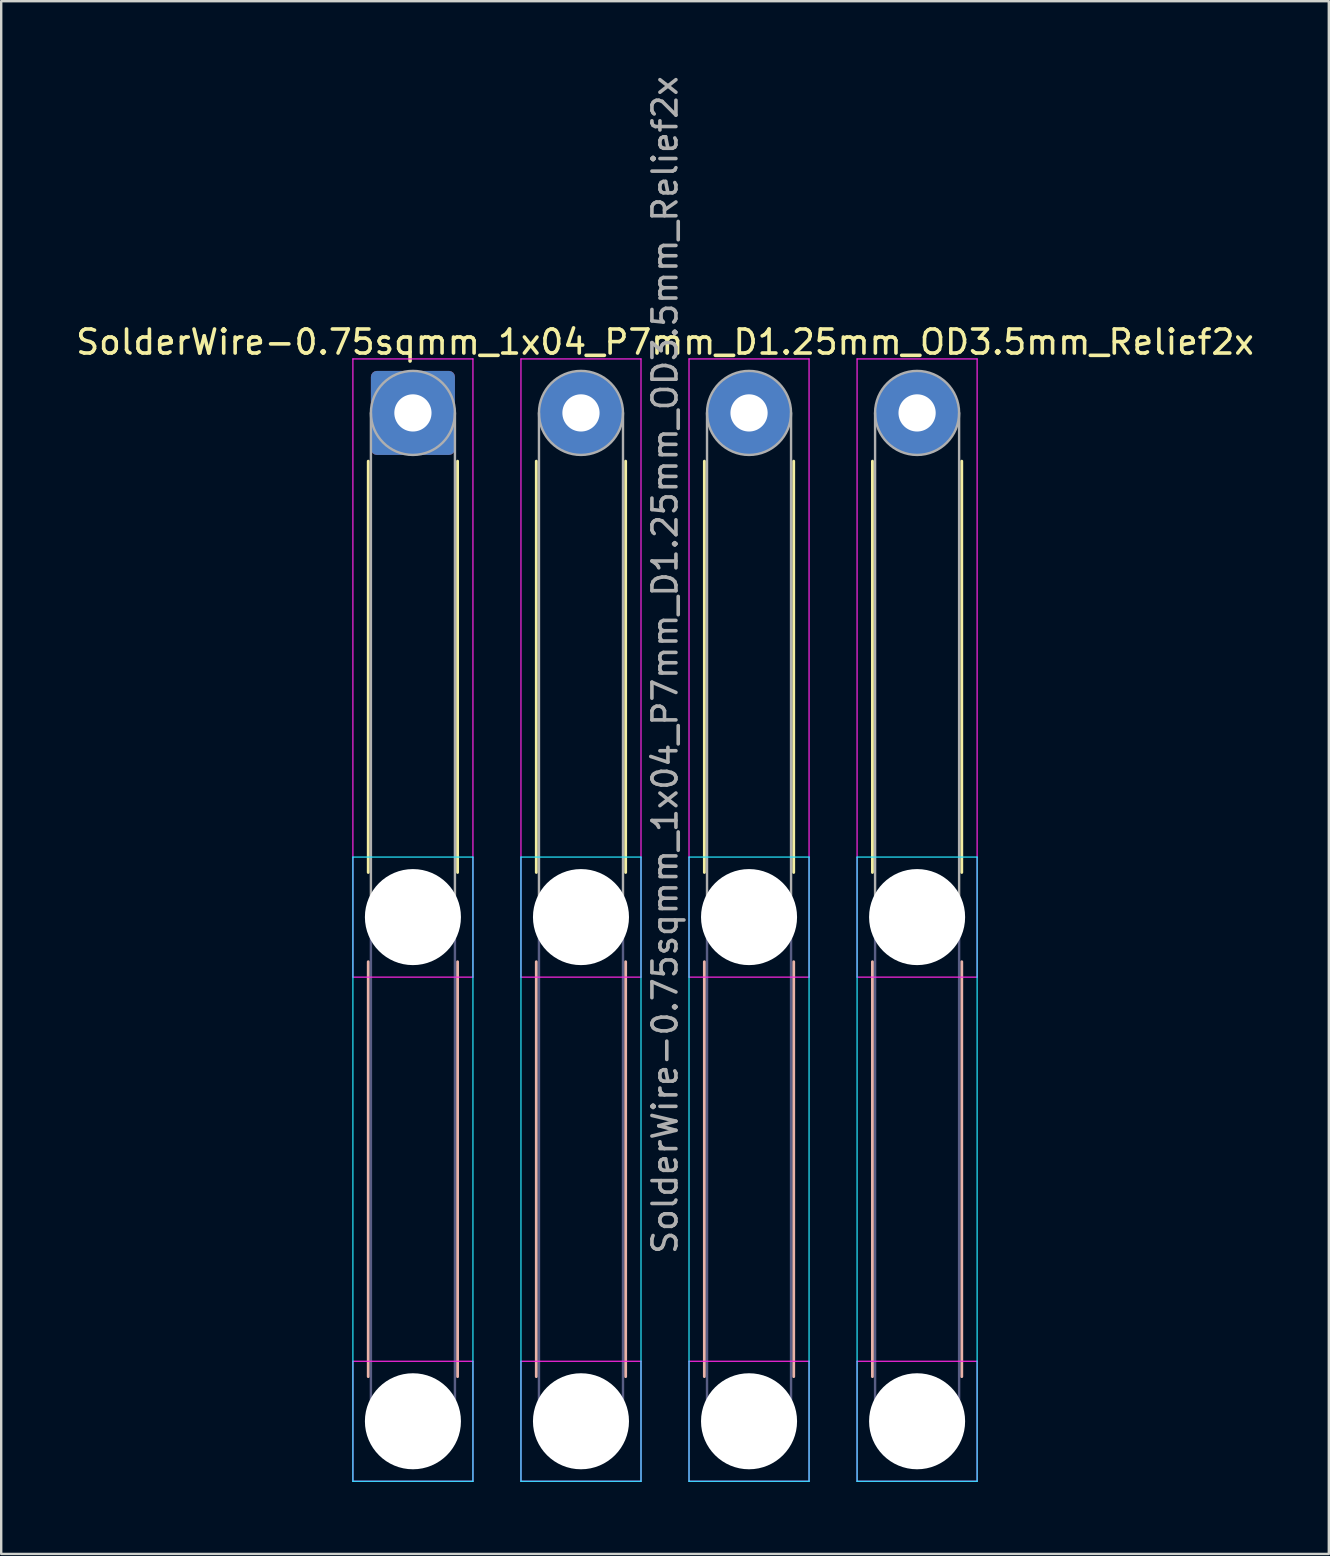
<source format=kicad_pcb>
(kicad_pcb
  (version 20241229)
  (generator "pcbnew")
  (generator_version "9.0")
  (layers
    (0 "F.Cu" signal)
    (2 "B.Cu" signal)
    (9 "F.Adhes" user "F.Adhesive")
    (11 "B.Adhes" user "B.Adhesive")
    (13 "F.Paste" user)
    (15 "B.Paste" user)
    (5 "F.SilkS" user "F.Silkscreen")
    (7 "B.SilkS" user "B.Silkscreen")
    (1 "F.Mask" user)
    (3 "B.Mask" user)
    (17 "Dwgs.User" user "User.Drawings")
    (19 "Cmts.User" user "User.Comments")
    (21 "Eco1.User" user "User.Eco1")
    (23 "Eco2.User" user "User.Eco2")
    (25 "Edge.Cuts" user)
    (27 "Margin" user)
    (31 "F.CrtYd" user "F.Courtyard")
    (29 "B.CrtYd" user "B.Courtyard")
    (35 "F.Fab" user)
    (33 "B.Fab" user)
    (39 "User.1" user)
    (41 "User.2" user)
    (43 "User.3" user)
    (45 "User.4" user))
  (footprint "SolderWire-0.75sqmm_1x04_P7mm_D1.25mm_OD3.5mm_Relief2x"
    (layer "F.Cu")
    (at 14.149 14.149)
    (property "Reference" "SolderWire-0.75sqmm_1x04_P7mm_D1.25mm_OD3.5mm_Relief2x" (at 10.5 -2.95 0) (layer "F.SilkS") (effects (font (size 1 1) (thickness 0.15))))
    (attr exclude_from_pos_files exclude_from_bom)
    (fp_line (start -1.86 2.01) (end -1.86 19.14) (stroke (width 0.12) (type solid)) (layer "F.SilkS"))
    (fp_line (start 1.86 2.01) (end 1.86 19.14) (stroke (width 0.12) (type solid)) (layer "F.SilkS"))
    (fp_line (start 5.14 2.01) (end 5.14 19.14) (stroke (width 0.12) (type solid)) (layer "F.SilkS"))
    (fp_line (start 8.86 2.01) (end 8.86 19.14) (stroke (width 0.12) (type solid)) (layer "F.SilkS"))
    (fp_line (start 12.14 2.01) (end 12.14 19.14) (stroke (width 0.12) (type solid)) (layer "F.SilkS"))
    (fp_line (start 15.86 2.01) (end 15.86 19.14) (stroke (width 0.12) (type solid)) (layer "F.SilkS"))
    (fp_line (start 19.14 2.01) (end 19.14 19.14) (stroke (width 0.12) (type solid)) (layer "F.SilkS"))
    (fp_line (start 22.86 2.01) (end 22.86 19.14) (stroke (width 0.12) (type solid)) (layer "F.SilkS"))
    (fp_line (start -1.86 22.86) (end -1.86 40.14) (stroke (width 0.12) (type solid)) (layer "B.SilkS"))
    (fp_line (start 1.86 22.86) (end 1.86 40.14) (stroke (width 0.12) (type solid)) (layer "B.SilkS"))
    (fp_line (start 5.14 22.86) (end 5.14 40.14) (stroke (width 0.12) (type solid)) (layer "B.SilkS"))
    (fp_line (start 8.86 22.86) (end 8.86 40.14) (stroke (width 0.12) (type solid)) (layer "B.SilkS"))
    (fp_line (start 12.14 22.86) (end 12.14 40.14) (stroke (width 0.12) (type solid)) (layer "B.SilkS"))
    (fp_line (start 15.86 22.86) (end 15.86 40.14) (stroke (width 0.12) (type solid)) (layer "B.SilkS"))
    (fp_line (start 19.14 22.86) (end 19.14 40.14) (stroke (width 0.12) (type solid)) (layer "B.SilkS"))
    (fp_line (start 22.86 22.86) (end 22.86 40.14) (stroke (width 0.12) (type solid)) (layer "B.SilkS"))
    (fp_line (start -2.5 18.5) (end -2.5 44.5) (stroke (width 0.05) (type solid)) (layer "B.CrtYd"))
    (fp_line (start -2.5 44.5) (end 2.5 44.5) (stroke (width 0.05) (type solid)) (layer "B.CrtYd"))
    (fp_line (start 2.5 18.5) (end -2.5 18.5) (stroke (width 0.05) (type solid)) (layer "B.CrtYd"))
    (fp_line (start 2.5 44.5) (end 2.5 18.5) (stroke (width 0.05) (type solid)) (layer "B.CrtYd"))
    (fp_line (start 4.5 18.5) (end 4.5 44.5) (stroke (width 0.05) (type solid)) (layer "B.CrtYd"))
    (fp_line (start 4.5 44.5) (end 9.5 44.5) (stroke (width 0.05) (type solid)) (layer "B.CrtYd"))
    (fp_line (start 9.5 18.5) (end 4.5 18.5) (stroke (width 0.05) (type solid)) (layer "B.CrtYd"))
    (fp_line (start 9.5 44.5) (end 9.5 18.5) (stroke (width 0.05) (type solid)) (layer "B.CrtYd"))
    (fp_line (start 11.5 18.5) (end 11.5 44.5) (stroke (width 0.05) (type solid)) (layer "B.CrtYd"))
    (fp_line (start 11.5 44.5) (end 16.5 44.5) (stroke (width 0.05) (type solid)) (layer "B.CrtYd"))
    (fp_line (start 16.5 18.5) (end 11.5 18.5) (stroke (width 0.05) (type solid)) (layer "B.CrtYd"))
    (fp_line (start 16.5 44.5) (end 16.5 18.5) (stroke (width 0.05) (type solid)) (layer "B.CrtYd"))
    (fp_line (start 18.5 18.5) (end 18.5 44.5) (stroke (width 0.05) (type solid)) (layer "B.CrtYd"))
    (fp_line (start 18.5 44.5) (end 23.5 44.5) (stroke (width 0.05) (type solid)) (layer "B.CrtYd"))
    (fp_line (start 23.5 18.5) (end 18.5 18.5) (stroke (width 0.05) (type solid)) (layer "B.CrtYd"))
    (fp_line (start 23.5 44.5) (end 23.5 18.5) (stroke (width 0.05) (type solid)) (layer "B.CrtYd"))
    (fp_line (start -2.5 -2.25) (end -2.5 23.5) (stroke (width 0.05) (type solid)) (layer "F.CrtYd"))
    (fp_line (start -2.5 23.5) (end 2.5 23.5) (stroke (width 0.05) (type solid)) (layer "F.CrtYd"))
    (fp_line (start -2.5 39.5) (end -2.5 44.5) (stroke (width 0.05) (type solid)) (layer "F.CrtYd"))
    (fp_line (start -2.5 44.5) (end 2.5 44.5) (stroke (width 0.05) (type solid)) (layer "F.CrtYd"))
    (fp_line (start 2.5 -2.25) (end -2.5 -2.25) (stroke (width 0.05) (type solid)) (layer "F.CrtYd"))
    (fp_line (start 2.5 23.5) (end 2.5 -2.25) (stroke (width 0.05) (type solid)) (layer "F.CrtYd"))
    (fp_line (start 2.5 39.5) (end -2.5 39.5) (stroke (width 0.05) (type solid)) (layer "F.CrtYd"))
    (fp_line (start 2.5 44.5) (end 2.5 39.5) (stroke (width 0.05) (type solid)) (layer "F.CrtYd"))
    (fp_line (start 4.5 -2.25) (end 4.5 23.5) (stroke (width 0.05) (type solid)) (layer "F.CrtYd"))
    (fp_line (start 4.5 23.5) (end 9.5 23.5) (stroke (width 0.05) (type solid)) (layer "F.CrtYd"))
    (fp_line (start 4.5 39.5) (end 4.5 44.5) (stroke (width 0.05) (type solid)) (layer "F.CrtYd"))
    (fp_line (start 4.5 44.5) (end 9.5 44.5) (stroke (width 0.05) (type solid)) (layer "F.CrtYd"))
    (fp_line (start 9.5 -2.25) (end 4.5 -2.25) (stroke (width 0.05) (type solid)) (layer "F.CrtYd"))
    (fp_line (start 9.5 23.5) (end 9.5 -2.25) (stroke (width 0.05) (type solid)) (layer "F.CrtYd"))
    (fp_line (start 9.5 39.5) (end 4.5 39.5) (stroke (width 0.05) (type solid)) (layer "F.CrtYd"))
    (fp_line (start 9.5 44.5) (end 9.5 39.5) (stroke (width 0.05) (type solid)) (layer "F.CrtYd"))
    (fp_line (start 11.5 -2.25) (end 11.5 23.5) (stroke (width 0.05) (type solid)) (layer "F.CrtYd"))
    (fp_line (start 11.5 23.5) (end 16.5 23.5) (stroke (width 0.05) (type solid)) (layer "F.CrtYd"))
    (fp_line (start 11.5 39.5) (end 11.5 44.5) (stroke (width 0.05) (type solid)) (layer "F.CrtYd"))
    (fp_line (start 11.5 44.5) (end 16.5 44.5) (stroke (width 0.05) (type solid)) (layer "F.CrtYd"))
    (fp_line (start 16.5 -2.25) (end 11.5 -2.25) (stroke (width 0.05) (type solid)) (layer "F.CrtYd"))
    (fp_line (start 16.5 23.5) (end 16.5 -2.25) (stroke (width 0.05) (type solid)) (layer "F.CrtYd"))
    (fp_line (start 16.5 39.5) (end 11.5 39.5) (stroke (width 0.05) (type solid)) (layer "F.CrtYd"))
    (fp_line (start 16.5 44.5) (end 16.5 39.5) (stroke (width 0.05) (type solid)) (layer "F.CrtYd"))
    (fp_line (start 18.5 -2.25) (end 18.5 23.5) (stroke (width 0.05) (type solid)) (layer "F.CrtYd"))
    (fp_line (start 18.5 23.5) (end 23.5 23.5) (stroke (width 0.05) (type solid)) (layer "F.CrtYd"))
    (fp_line (start 18.5 39.5) (end 18.5 44.5) (stroke (width 0.05) (type solid)) (layer "F.CrtYd"))
    (fp_line (start 18.5 44.5) (end 23.5 44.5) (stroke (width 0.05) (type solid)) (layer "F.CrtYd"))
    (fp_line (start 23.5 -2.25) (end 18.5 -2.25) (stroke (width 0.05) (type solid)) (layer "F.CrtYd"))
    (fp_line (start 23.5 23.5) (end 23.5 -2.25) (stroke (width 0.05) (type solid)) (layer "F.CrtYd"))
    (fp_line (start 23.5 39.5) (end 18.5 39.5) (stroke (width 0.05) (type solid)) (layer "F.CrtYd"))
    (fp_line (start 23.5 44.5) (end 23.5 39.5) (stroke (width 0.05) (type solid)) (layer "F.CrtYd"))
    (fp_line (start -1.75 21) (end -1.75 42) (stroke (width 0.1) (type solid)) (layer "B.Fab"))
    (fp_line (start 1.75 21) (end 1.75 42) (stroke (width 0.1) (type solid)) (layer "B.Fab"))
    (fp_line (start 5.25 21) (end 5.25 42) (stroke (width 0.1) (type solid)) (layer "B.Fab"))
    (fp_line (start 8.75 21) (end 8.75 42) (stroke (width 0.1) (type solid)) (layer "B.Fab"))
    (fp_line (start 12.25 21) (end 12.25 42) (stroke (width 0.1) (type solid)) (layer "B.Fab"))
    (fp_line (start 15.75 21) (end 15.75 42) (stroke (width 0.1) (type solid)) (layer "B.Fab"))
    (fp_line (start 19.25 21) (end 19.25 42) (stroke (width 0.1) (type solid)) (layer "B.Fab"))
    (fp_line (start 22.75 21) (end 22.75 42) (stroke (width 0.1) (type solid)) (layer "B.Fab"))
    (fp_circle (center 0 21) (end 1.75 21) (stroke (width 0.1) (type solid)) (fill no) (layer "B.Fab"))
    (fp_circle (center 0 42) (end 1.75 42) (stroke (width 0.1) (type solid)) (fill no) (layer "B.Fab"))
    (fp_circle (center 7 21) (end 8.75 21) (stroke (width 0.1) (type solid)) (fill no) (layer "B.Fab"))
    (fp_circle (center 7 42) (end 8.75 42) (stroke (width 0.1) (type solid)) (fill no) (layer "B.Fab"))
    (fp_circle (center 14 21) (end 15.75 21) (stroke (width 0.1) (type solid)) (fill no) (layer "B.Fab"))
    (fp_circle (center 14 42) (end 15.75 42) (stroke (width 0.1) (type solid)) (fill no) (layer "B.Fab"))
    (fp_circle (center 21 21) (end 22.75 21) (stroke (width 0.1) (type solid)) (fill no) (layer "B.Fab"))
    (fp_circle (center 21 42) (end 22.75 42) (stroke (width 0.1) (type solid)) (fill no) (layer "B.Fab"))
    (fp_line (start -1.75 0) (end -1.75 21) (stroke (width 0.1) (type solid)) (layer "F.Fab"))
    (fp_line (start 1.75 0) (end 1.75 21) (stroke (width 0.1) (type solid)) (layer "F.Fab"))
    (fp_line (start 5.25 0) (end 5.25 21) (stroke (width 0.1) (type solid)) (layer "F.Fab"))
    (fp_line (start 8.75 0) (end 8.75 21) (stroke (width 0.1) (type solid)) (layer "F.Fab"))
    (fp_line (start 12.25 0) (end 12.25 21) (stroke (width 0.1) (type solid)) (layer "F.Fab"))
    (fp_line (start 15.75 0) (end 15.75 21) (stroke (width 0.1) (type solid)) (layer "F.Fab"))
    (fp_line (start 19.25 0) (end 19.25 21) (stroke (width 0.1) (type solid)) (layer "F.Fab"))
    (fp_line (start 22.75 0) (end 22.75 21) (stroke (width 0.1) (type solid)) (layer "F.Fab"))
    (fp_circle (center 0 0) (end 1.75 0) (stroke (width 0.1) (type solid)) (fill no) (layer "F.Fab"))
    (fp_circle (center 0 21) (end 1.75 21) (stroke (width 0.1) (type solid)) (fill no) (layer "F.Fab"))
    (fp_circle (center 0 42) (end 1.75 42) (stroke (width 0.1) (type solid)) (fill no) (layer "F.Fab"))
    (fp_circle (center 7 0) (end 8.75 0) (stroke (width 0.1) (type solid)) (fill no) (layer "F.Fab"))
    (fp_circle (center 7 21) (end 8.75 21) (stroke (width 0.1) (type solid)) (fill no) (layer "F.Fab"))
    (fp_circle (center 7 42) (end 8.75 42) (stroke (width 0.1) (type solid)) (fill no) (layer "F.Fab"))
    (fp_circle (center 14 0) (end 15.75 0) (stroke (width 0.1) (type solid)) (fill no) (layer "F.Fab"))
    (fp_circle (center 14 21) (end 15.75 21) (stroke (width 0.1) (type solid)) (fill no) (layer "F.Fab"))
    (fp_circle (center 14 42) (end 15.75 42) (stroke (width 0.1) (type solid)) (fill no) (layer "F.Fab"))
    (fp_circle (center 21 0) (end 22.75 0) (stroke (width 0.1) (type solid)) (fill no) (layer "F.Fab"))
    (fp_circle (center 21 21) (end 22.75 21) (stroke (width 0.1) (type solid)) (fill no) (layer "F.Fab"))
    (fp_circle (center 21 42) (end 22.75 42) (stroke (width 0.1) (type solid)) (fill no) (layer "F.Fab"))
    (fp_text user "${REFERENCE}" (at 10.5 10.5 90) (layer "F.Fab") (effects (font (size 1 1) (thickness 0.15))))
    (pad "" np_thru_hole circle (at 0 21) (size 4 4) (drill 4) (layers "*.Cu" "*.Mask"))
    (pad "" np_thru_hole circle (at 0 42) (size 4 4) (drill 4) (layers "*.Cu" "*.Mask"))
    (pad "" np_thru_hole circle (at 7 21) (size 4 4) (drill 4) (layers "*.Cu" "*.Mask"))
    (pad "" np_thru_hole circle (at 7 42) (size 4 4) (drill 4) (layers "*.Cu" "*.Mask"))
    (pad "" np_thru_hole circle (at 14 21) (size 4 4) (drill 4) (layers "*.Cu" "*.Mask"))
    (pad "" np_thru_hole circle (at 14 42) (size 4 4) (drill 4) (layers "*.Cu" "*.Mask"))
    (pad "" np_thru_hole circle (at 21 21) (size 4 4) (drill 4) (layers "*.Cu" "*.Mask"))
    (pad "" np_thru_hole circle (at 21 42) (size 4 4) (drill 4) (layers "*.Cu" "*.Mask"))
    (pad "1" thru_hole roundrect (at 0 0) (size 3.5 3.5) (drill 1.55) (layers "*.Cu" "*.Mask") (roundrect_rratio 0.071))
    (pad "2" thru_hole circle (at 7 0) (size 3.5 3.5) (drill 1.55) (layers "*.Cu" "*.Mask"))
    (pad "3" thru_hole circle (at 14 0) (size 3.5 3.5) (drill 1.55) (layers "*.Cu" "*.Mask"))
    (pad "4" thru_hole circle (at 21 0) (size 3.5 3.5) (drill 1.55) (layers "*.Cu" "*.Mask")))
  (gr_rect
    (start -3 -3)
    (end 52.298 61.674)
    (stroke (width 0.1) (type default))
    (fill no)
    (layer "Edge.Cuts")))
</source>
